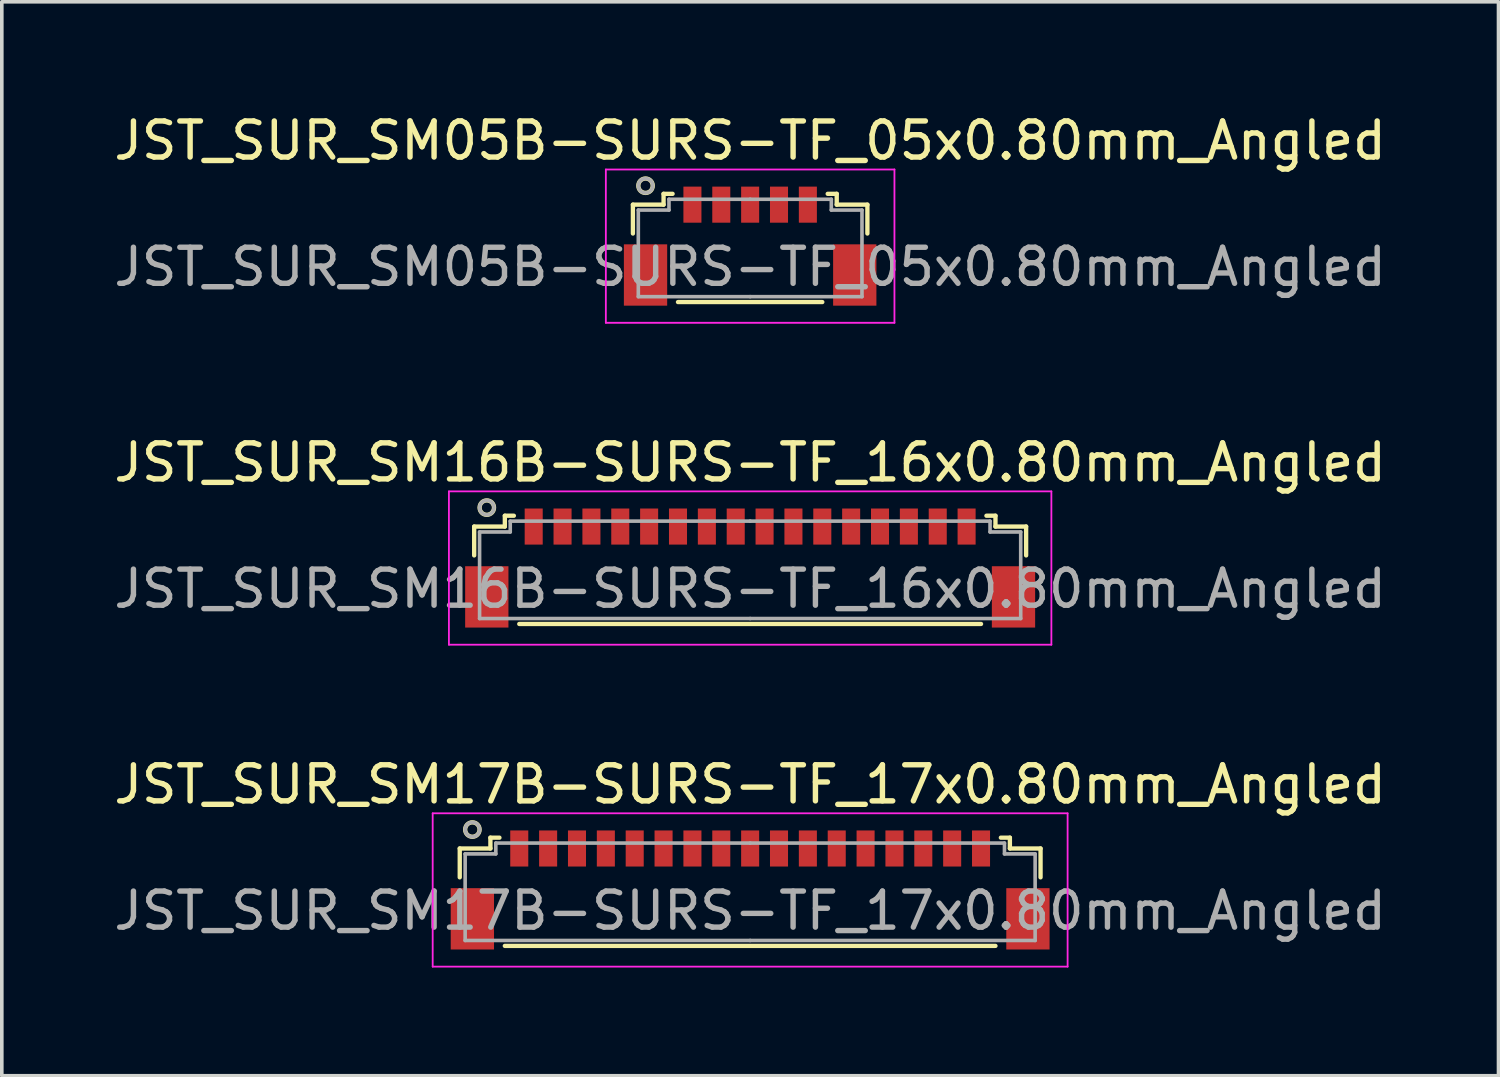
<source format=kicad_pcb>
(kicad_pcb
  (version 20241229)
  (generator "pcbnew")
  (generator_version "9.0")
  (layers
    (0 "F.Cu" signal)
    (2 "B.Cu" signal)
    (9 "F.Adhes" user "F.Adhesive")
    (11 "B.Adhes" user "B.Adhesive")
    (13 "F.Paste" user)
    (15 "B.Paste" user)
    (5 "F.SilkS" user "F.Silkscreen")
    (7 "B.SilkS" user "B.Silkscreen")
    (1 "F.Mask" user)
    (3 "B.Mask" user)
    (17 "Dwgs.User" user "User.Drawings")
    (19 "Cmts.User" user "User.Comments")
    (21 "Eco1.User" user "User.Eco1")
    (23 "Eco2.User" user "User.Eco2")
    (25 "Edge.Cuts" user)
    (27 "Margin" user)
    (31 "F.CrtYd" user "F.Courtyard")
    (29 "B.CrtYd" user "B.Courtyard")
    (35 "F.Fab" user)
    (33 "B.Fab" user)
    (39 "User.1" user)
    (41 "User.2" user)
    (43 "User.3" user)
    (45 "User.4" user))
  (footprint "JST_SUR_SM05B-SURS-TF_05x0.80mm_Angled"
    (layer "F.Cu")
    (at 17.744 3.598)
    (property "Reference" "JST_SUR_SM05B-SURS-TF_05x0.80mm_Angled" (at 0 -2.75 0) (layer "F.SilkS") (effects (font (size 1 1) (thickness 0.15))))
    (attr smd)
    (fp_line (start -3.25 -0.975) (end -3.25 -0.175) (stroke (width 0.12) (type solid)) (layer "F.SilkS"))
    (fp_line (start -2.4 -1.275) (end -2.4 -0.975) (stroke (width 0.12) (type solid)) (layer "F.SilkS"))
    (fp_line (start -2.4 -0.975) (end -3.25 -0.975) (stroke (width 0.12) (type solid)) (layer "F.SilkS"))
    (fp_line (start -2.15 -1.275) (end -2.4 -1.275) (stroke (width 0.12) (type solid)) (layer "F.SilkS"))
    (fp_line (start -2 1.725) (end 2 1.725) (stroke (width 0.12) (type solid)) (layer "F.SilkS"))
    (fp_line (start 2.15 -1.275) (end 2.4 -1.275) (stroke (width 0.12) (type solid)) (layer "F.SilkS"))
    (fp_line (start 2.4 -1.275) (end 2.4 -0.975) (stroke (width 0.12) (type solid)) (layer "F.SilkS"))
    (fp_line (start 2.4 -0.975) (end 3.25 -0.975) (stroke (width 0.12) (type solid)) (layer "F.SilkS"))
    (fp_line (start 3.25 -0.975) (end 3.25 -0.175) (stroke (width 0.12) (type solid)) (layer "F.SilkS"))
    (fp_circle (center -2.9 -1.5) (end -2.7 -1.5) (stroke (width 0.12) (type solid)) (fill no) (layer "F.SilkS"))
    (fp_line (start -4 -1.95) (end 4 -1.95) (stroke (width 0.05) (type solid)) (layer "F.CrtYd"))
    (fp_line (start -4 2.3) (end -4 -1.95) (stroke (width 0.05) (type solid)) (layer "F.CrtYd"))
    (fp_line (start 4 -1.95) (end 4 2.3) (stroke (width 0.05) (type solid)) (layer "F.CrtYd"))
    (fp_line (start 4 2.3) (end -4 2.3) (stroke (width 0.05) (type solid)) (layer "F.CrtYd"))
    (fp_line (start -3.1 -0.825) (end -3.1 1.575) (stroke (width 0.1) (type solid)) (layer "F.Fab"))
    (fp_line (start -3.1 1.575) (end 0 1.575) (stroke (width 0.1) (type solid)) (layer "F.Fab"))
    (fp_line (start -2.25 -1.125) (end -2.25 -0.825) (stroke (width 0.1) (type solid)) (layer "F.Fab"))
    (fp_line (start -2.25 -0.825) (end -3.1 -0.825) (stroke (width 0.1) (type solid)) (layer "F.Fab"))
    (fp_line (start 0 -1.125) (end -2.25 -1.125) (stroke (width 0.1) (type solid)) (layer "F.Fab"))
    (fp_line (start 0 -1.125) (end 2.25 -1.125) (stroke (width 0.1) (type solid)) (layer "F.Fab"))
    (fp_line (start 2.25 -1.125) (end 2.25 -0.825) (stroke (width 0.1) (type solid)) (layer "F.Fab"))
    (fp_line (start 2.25 -0.825) (end 3.1 -0.825) (stroke (width 0.1) (type solid)) (layer "F.Fab"))
    (fp_line (start 3.1 -0.825) (end 3.1 1.575) (stroke (width 0.1) (type solid)) (layer "F.Fab"))
    (fp_line (start 3.1 1.575) (end 0 1.575) (stroke (width 0.1) (type solid)) (layer "F.Fab"))
    (fp_circle (center -2.9 -1.5) (end -2.7 -1.5) (stroke (width 0.1) (type solid)) (fill no) (layer "F.Fab"))
    (fp_text user "${REFERENCE}" (at 0 0.75 0) (layer "F.Fab") (effects (font (size 1 1) (thickness 0.15))))
    (pad "" smd rect (at -2.9 0.975) (size 1.2 1.7) (layers "F.Cu" "F.Mask" "F.Paste"))
    (pad "" smd rect (at 2.9 0.975) (size 1.2 1.7) (layers "F.Cu" "F.Mask" "F.Paste"))
    (pad "1" smd rect (at -1.6 -0.975) (size 0.5 1) (layers "F.Cu" "F.Mask" "F.Paste"))
    (pad "2" smd rect (at -0.8 -0.975) (size 0.5 1) (layers "F.Cu" "F.Mask" "F.Paste"))
    (pad "3" smd rect (at 0 -0.975) (size 0.5 1) (layers "F.Cu" "F.Mask" "F.Paste"))
    (pad "4" smd rect (at 0.8 -0.975) (size 0.5 1) (layers "F.Cu" "F.Mask" "F.Paste"))
    (pad "5" smd rect (at 1.6 -0.975) (size 0.5 1) (layers "F.Cu" "F.Mask" "F.Paste")))
  (footprint "JST_SUR_SM16B-SURS-TF_16x0.80mm_Angled"
    (layer "F.Cu")
    (at 17.744 12.521)
    (property "Reference" "JST_SUR_SM16B-SURS-TF_16x0.80mm_Angled" (at 0 -2.75 0) (layer "F.SilkS") (effects (font (size 1 1) (thickness 0.15))))
    (attr smd)
    (fp_line (start -7.65 -0.975) (end -7.65 -0.175) (stroke (width 0.12) (type solid)) (layer "F.SilkS"))
    (fp_line (start -6.8 -1.275) (end -6.8 -0.975) (stroke (width 0.12) (type solid)) (layer "F.SilkS"))
    (fp_line (start -6.8 -0.975) (end -7.65 -0.975) (stroke (width 0.12) (type solid)) (layer "F.SilkS"))
    (fp_line (start -6.55 -1.275) (end -6.8 -1.275) (stroke (width 0.12) (type solid)) (layer "F.SilkS"))
    (fp_line (start -6.4 1.725) (end 6.4 1.725) (stroke (width 0.12) (type solid)) (layer "F.SilkS"))
    (fp_line (start 6.55 -1.275) (end 6.8 -1.275) (stroke (width 0.12) (type solid)) (layer "F.SilkS"))
    (fp_line (start 6.8 -1.275) (end 6.8 -0.975) (stroke (width 0.12) (type solid)) (layer "F.SilkS"))
    (fp_line (start 6.8 -0.975) (end 7.65 -0.975) (stroke (width 0.12) (type solid)) (layer "F.SilkS"))
    (fp_line (start 7.65 -0.975) (end 7.65 -0.175) (stroke (width 0.12) (type solid)) (layer "F.SilkS"))
    (fp_circle (center -7.3 -1.5) (end -7.1 -1.5) (stroke (width 0.12) (type solid)) (fill no) (layer "F.SilkS"))
    (fp_line (start -8.35 -1.95) (end 8.35 -1.95) (stroke (width 0.05) (type solid)) (layer "F.CrtYd"))
    (fp_line (start -8.35 2.3) (end -8.35 -1.95) (stroke (width 0.05) (type solid)) (layer "F.CrtYd"))
    (fp_line (start 8.35 -1.95) (end 8.35 2.3) (stroke (width 0.05) (type solid)) (layer "F.CrtYd"))
    (fp_line (start 8.35 2.3) (end -8.35 2.3) (stroke (width 0.05) (type solid)) (layer "F.CrtYd"))
    (fp_line (start -7.5 -0.825) (end -7.5 1.575) (stroke (width 0.1) (type solid)) (layer "F.Fab"))
    (fp_line (start -7.5 1.575) (end 0 1.575) (stroke (width 0.1) (type solid)) (layer "F.Fab"))
    (fp_line (start -6.65 -1.125) (end -6.65 -0.825) (stroke (width 0.1) (type solid)) (layer "F.Fab"))
    (fp_line (start -6.65 -0.825) (end -7.5 -0.825) (stroke (width 0.1) (type solid)) (layer "F.Fab"))
    (fp_line (start 0 -1.125) (end -6.65 -1.125) (stroke (width 0.1) (type solid)) (layer "F.Fab"))
    (fp_line (start 0 -1.125) (end 6.65 -1.125) (stroke (width 0.1) (type solid)) (layer "F.Fab"))
    (fp_line (start 6.65 -1.125) (end 6.65 -0.825) (stroke (width 0.1) (type solid)) (layer "F.Fab"))
    (fp_line (start 6.65 -0.825) (end 7.5 -0.825) (stroke (width 0.1) (type solid)) (layer "F.Fab"))
    (fp_line (start 7.5 -0.825) (end 7.5 1.575) (stroke (width 0.1) (type solid)) (layer "F.Fab"))
    (fp_line (start 7.5 1.575) (end 0 1.575) (stroke (width 0.1) (type solid)) (layer "F.Fab"))
    (fp_circle (center -7.3 -1.5) (end -7.1 -1.5) (stroke (width 0.1) (type solid)) (fill no) (layer "F.Fab"))
    (fp_text user "${REFERENCE}" (at 0 0.75 0) (layer "F.Fab") (effects (font (size 1 1) (thickness 0.15))))
    (pad "" smd rect (at -7.3 0.975) (size 1.2 1.7) (layers "F.Cu" "F.Mask" "F.Paste"))
    (pad "" smd rect (at 7.3 0.975) (size 1.2 1.7) (layers "F.Cu" "F.Mask" "F.Paste"))
    (pad "1" smd rect (at -6 -0.975) (size 0.5 1) (layers "F.Cu" "F.Mask" "F.Paste"))
    (pad "2" smd rect (at -5.2 -0.975) (size 0.5 1) (layers "F.Cu" "F.Mask" "F.Paste"))
    (pad "3" smd rect (at -4.4 -0.975) (size 0.5 1) (layers "F.Cu" "F.Mask" "F.Paste"))
    (pad "4" smd rect (at -3.6 -0.975) (size 0.5 1) (layers "F.Cu" "F.Mask" "F.Paste"))
    (pad "5" smd rect (at -2.8 -0.975) (size 0.5 1) (layers "F.Cu" "F.Mask" "F.Paste"))
    (pad "6" smd rect (at -2 -0.975) (size 0.5 1) (layers "F.Cu" "F.Mask" "F.Paste"))
    (pad "7" smd rect (at -1.2 -0.975) (size 0.5 1) (layers "F.Cu" "F.Mask" "F.Paste"))
    (pad "8" smd rect (at -0.4 -0.975) (size 0.5 1) (layers "F.Cu" "F.Mask" "F.Paste"))
    (pad "9" smd rect (at 0.4 -0.975) (size 0.5 1) (layers "F.Cu" "F.Mask" "F.Paste"))
    (pad "10" smd rect (at 1.2 -0.975) (size 0.5 1) (layers "F.Cu" "F.Mask" "F.Paste"))
    (pad "11" smd rect (at 2 -0.975) (size 0.5 1) (layers "F.Cu" "F.Mask" "F.Paste"))
    (pad "12" smd rect (at 2.8 -0.975) (size 0.5 1) (layers "F.Cu" "F.Mask" "F.Paste"))
    (pad "13" smd rect (at 3.6 -0.975) (size 0.5 1) (layers "F.Cu" "F.Mask" "F.Paste"))
    (pad "14" smd rect (at 4.4 -0.975) (size 0.5 1) (layers "F.Cu" "F.Mask" "F.Paste"))
    (pad "15" smd rect (at 5.2 -0.975) (size 0.5 1) (layers "F.Cu" "F.Mask" "F.Paste"))
    (pad "16" smd rect (at 6 -0.975) (size 0.5 1) (layers "F.Cu" "F.Mask" "F.Paste")))
  (footprint "JST_SUR_SM17B-SURS-TF_17x0.80mm_Angled"
    (layer "F.Cu")
    (at 17.744 21.445)
    (property "Reference" "JST_SUR_SM17B-SURS-TF_17x0.80mm_Angled" (at 0 -2.75 0) (layer "F.SilkS") (effects (font (size 1 1) (thickness 0.15))))
    (attr smd)
    (fp_line (start -8.05 -0.975) (end -8.05 -0.175) (stroke (width 0.12) (type solid)) (layer "F.SilkS"))
    (fp_line (start -7.2 -1.275) (end -7.2 -0.975) (stroke (width 0.12) (type solid)) (layer "F.SilkS"))
    (fp_line (start -7.2 -0.975) (end -8.05 -0.975) (stroke (width 0.12) (type solid)) (layer "F.SilkS"))
    (fp_line (start -6.95 -1.275) (end -7.2 -1.275) (stroke (width 0.12) (type solid)) (layer "F.SilkS"))
    (fp_line (start -6.8 1.725) (end 6.8 1.725) (stroke (width 0.12) (type solid)) (layer "F.SilkS"))
    (fp_line (start 6.95 -1.275) (end 7.2 -1.275) (stroke (width 0.12) (type solid)) (layer "F.SilkS"))
    (fp_line (start 7.2 -1.275) (end 7.2 -0.975) (stroke (width 0.12) (type solid)) (layer "F.SilkS"))
    (fp_line (start 7.2 -0.975) (end 8.05 -0.975) (stroke (width 0.12) (type solid)) (layer "F.SilkS"))
    (fp_line (start 8.05 -0.975) (end 8.05 -0.175) (stroke (width 0.12) (type solid)) (layer "F.SilkS"))
    (fp_circle (center -7.7 -1.5) (end -7.5 -1.5) (stroke (width 0.12) (type solid)) (fill no) (layer "F.SilkS"))
    (fp_line (start -8.8 -1.95) (end 8.8 -1.95) (stroke (width 0.05) (type solid)) (layer "F.CrtYd"))
    (fp_line (start -8.8 2.3) (end -8.8 -1.95) (stroke (width 0.05) (type solid)) (layer "F.CrtYd"))
    (fp_line (start 8.8 -1.95) (end 8.8 2.3) (stroke (width 0.05) (type solid)) (layer "F.CrtYd"))
    (fp_line (start 8.8 2.3) (end -8.8 2.3) (stroke (width 0.05) (type solid)) (layer "F.CrtYd"))
    (fp_line (start -7.9 -0.825) (end -7.9 1.575) (stroke (width 0.1) (type solid)) (layer "F.Fab"))
    (fp_line (start -7.9 1.575) (end 0 1.575) (stroke (width 0.1) (type solid)) (layer "F.Fab"))
    (fp_line (start -7.05 -1.125) (end -7.05 -0.825) (stroke (width 0.1) (type solid)) (layer "F.Fab"))
    (fp_line (start -7.05 -0.825) (end -7.9 -0.825) (stroke (width 0.1) (type solid)) (layer "F.Fab"))
    (fp_line (start 0 -1.125) (end -7.05 -1.125) (stroke (width 0.1) (type solid)) (layer "F.Fab"))
    (fp_line (start 0 -1.125) (end 7.05 -1.125) (stroke (width 0.1) (type solid)) (layer "F.Fab"))
    (fp_line (start 7.05 -1.125) (end 7.05 -0.825) (stroke (width 0.1) (type solid)) (layer "F.Fab"))
    (fp_line (start 7.05 -0.825) (end 7.9 -0.825) (stroke (width 0.1) (type solid)) (layer "F.Fab"))
    (fp_line (start 7.9 -0.825) (end 7.9 1.575) (stroke (width 0.1) (type solid)) (layer "F.Fab"))
    (fp_line (start 7.9 1.575) (end 0 1.575) (stroke (width 0.1) (type solid)) (layer "F.Fab"))
    (fp_circle (center -7.7 -1.5) (end -7.5 -1.5) (stroke (width 0.1) (type solid)) (fill no) (layer "F.Fab"))
    (fp_text user "${REFERENCE}" (at 0 0.75 0) (layer "F.Fab") (effects (font (size 1 1) (thickness 0.15))))
    (pad "" smd rect (at -7.7 0.975) (size 1.2 1.7) (layers "F.Cu" "F.Mask" "F.Paste"))
    (pad "" smd rect (at 7.7 0.975) (size 1.2 1.7) (layers "F.Cu" "F.Mask" "F.Paste"))
    (pad "1" smd rect (at -6.4 -0.975) (size 0.5 1) (layers "F.Cu" "F.Mask" "F.Paste"))
    (pad "2" smd rect (at -5.6 -0.975) (size 0.5 1) (layers "F.Cu" "F.Mask" "F.Paste"))
    (pad "3" smd rect (at -4.8 -0.975) (size 0.5 1) (layers "F.Cu" "F.Mask" "F.Paste"))
    (pad "4" smd rect (at -4 -0.975) (size 0.5 1) (layers "F.Cu" "F.Mask" "F.Paste"))
    (pad "5" smd rect (at -3.2 -0.975) (size 0.5 1) (layers "F.Cu" "F.Mask" "F.Paste"))
    (pad "6" smd rect (at -2.4 -0.975) (size 0.5 1) (layers "F.Cu" "F.Mask" "F.Paste"))
    (pad "7" smd rect (at -1.6 -0.975) (size 0.5 1) (layers "F.Cu" "F.Mask" "F.Paste"))
    (pad "8" smd rect (at -0.8 -0.975) (size 0.5 1) (layers "F.Cu" "F.Mask" "F.Paste"))
    (pad "9" smd rect (at 0 -0.975) (size 0.5 1) (layers "F.Cu" "F.Mask" "F.Paste"))
    (pad "10" smd rect (at 0.8 -0.975) (size 0.5 1) (layers "F.Cu" "F.Mask" "F.Paste"))
    (pad "11" smd rect (at 1.6 -0.975) (size 0.5 1) (layers "F.Cu" "F.Mask" "F.Paste"))
    (pad "12" smd rect (at 2.4 -0.975) (size 0.5 1) (layers "F.Cu" "F.Mask" "F.Paste"))
    (pad "13" smd rect (at 3.2 -0.975) (size 0.5 1) (layers "F.Cu" "F.Mask" "F.Paste"))
    (pad "14" smd rect (at 4 -0.975) (size 0.5 1) (layers "F.Cu" "F.Mask" "F.Paste"))
    (pad "15" smd rect (at 4.8 -0.975) (size 0.5 1) (layers "F.Cu" "F.Mask" "F.Paste"))
    (pad "16" smd rect (at 5.6 -0.975) (size 0.5 1) (layers "F.Cu" "F.Mask" "F.Paste"))
    (pad "17" smd rect (at 6.4 -0.975) (size 0.5 1) (layers "F.Cu" "F.Mask" "F.Paste")))
  (gr_rect
    (start -3 -3)
    (end 38.488 26.77)
    (stroke (width 0.1) (type default))
    (fill no)
    (layer "Edge.Cuts")))
</source>
